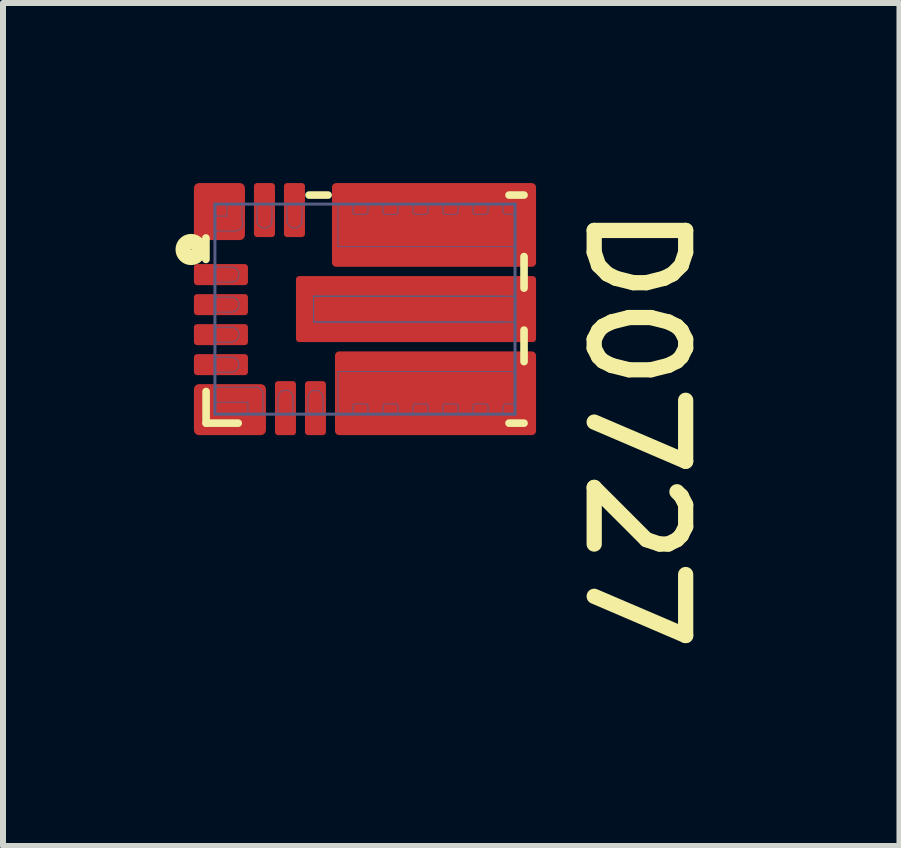
<source format=kicad_pcb>
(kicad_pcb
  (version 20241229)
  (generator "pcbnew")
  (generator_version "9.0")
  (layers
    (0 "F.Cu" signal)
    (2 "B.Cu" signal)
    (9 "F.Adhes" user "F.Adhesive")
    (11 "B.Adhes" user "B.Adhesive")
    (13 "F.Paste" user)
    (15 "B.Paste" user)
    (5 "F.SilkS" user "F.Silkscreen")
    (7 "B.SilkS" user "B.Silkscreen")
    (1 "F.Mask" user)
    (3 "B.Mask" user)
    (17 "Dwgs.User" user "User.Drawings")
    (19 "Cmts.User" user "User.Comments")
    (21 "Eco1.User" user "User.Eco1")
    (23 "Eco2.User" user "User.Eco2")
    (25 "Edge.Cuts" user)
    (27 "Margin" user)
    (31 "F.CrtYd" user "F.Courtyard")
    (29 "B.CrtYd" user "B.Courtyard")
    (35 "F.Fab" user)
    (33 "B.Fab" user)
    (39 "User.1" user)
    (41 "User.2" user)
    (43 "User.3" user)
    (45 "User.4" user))
  (footprint "D0727"
    (layer "F.Cu")
    (at 3.031 2.1)
    (property "Reference" "D0727" (at 3.619 -1.841 270) (unlocked yes) (layer "F.SilkS") (effects (font (size 1.524 1.524) (thickness 0.254)) (justify left bottom)))
    (attr smd)
    (fp_poly (pts (xy -2.548 1.56) (xy -1.69 1.56) (xy -1.69 1.29) (xy -2.548 1.29)) (stroke (width 0.03) (type solid)) (fill yes) (layer "F.Mask"))
    (fp_poly (pts (xy -2.057 -0.44) (xy -2.057 -0.71) (xy -2.547 -0.71) (xy -2.547 -0.44)) (stroke (width 0.03) (type solid)) (fill yes) (layer "F.Mask"))
    (fp_poly (pts (xy -2.057 0.06) (xy -2.057 -0.21) (xy -2.547 -0.21) (xy -2.547 0.06)) (stroke (width 0.03) (type solid)) (fill yes) (layer "F.Mask"))
    (fp_poly (pts (xy -2.057 0.56) (xy -2.057 0.29) (xy -2.547 0.29) (xy -2.547 0.56)) (stroke (width 0.03) (type solid)) (fill yes) (layer "F.Mask"))
    (fp_poly (pts (xy -2.057 1.06) (xy -2.057 0.79) (xy -2.547 0.79) (xy -2.547 1.06)) (stroke (width 0.03) (type solid)) (fill yes) (layer "F.Mask"))
    (fp_poly (pts (xy -2.047 -1.56) (xy -2.553 -1.56) (xy -2.553 -1.29) (xy -2.047 -1.29)) (stroke (width 0.03) (type solid)) (fill yes) (layer "F.Mask"))
    (fp_poly (pts (xy -2.04 -1.29) (xy -2.04 -1.796) (xy -2.31 -1.796) (xy -2.31 -1.29)) (stroke (width 0.03) (type solid)) (fill yes) (layer "F.Mask"))
    (fp_poly (pts (xy -1.69 1.795) (xy -1.69 1.305) (xy -1.96 1.305) (xy -1.96 1.795)) (stroke (width 0.03) (type solid)) (fill yes) (layer "F.Mask"))
    (fp_poly (pts (xy -1.54 -1.305) (xy -1.54 -1.795) (xy -1.81 -1.795) (xy -1.81 -1.305)) (stroke (width 0.03) (type solid)) (fill yes) (layer "F.Mask"))
    (fp_poly (pts (xy -1.19 1.795) (xy -1.19 1.305) (xy -1.46 1.305) (xy -1.46 1.795)) (stroke (width 0.03) (type solid)) (fill yes) (layer "F.Mask"))
    (fp_poly (pts (xy -1.04 -1.305) (xy -1.04 -1.795) (xy -1.31 -1.795) (xy -1.31 -1.305)) (stroke (width 0.03) (type solid)) (fill yes) (layer "F.Mask"))
    (fp_poly (pts (xy -0.845 0.192) (xy 2.464 0.192) (xy 2.464 -0.192) (xy -0.845 -0.192)) (stroke (width 0.096) (type solid)) (fill yes) (layer "F.Mask"))
    (fp_poly (pts (xy -0.69 1.795) (xy -0.69 1.305) (xy -0.96 1.305) (xy -0.96 1.795)) (stroke (width 0.03) (type solid)) (fill yes) (layer "F.Mask"))
    (fp_poly (pts (xy -0.446 -1.045) (xy 2.495 -1.045) (xy 2.495 -1.576) (xy -0.446 -1.576)) (stroke (width 0.059) (type solid)) (fill yes) (layer "F.Mask"))
    (fp_poly (pts (xy -0.19 -1.305) (xy -0.19 -1.795) (xy -0.46 -1.795) (xy -0.46 -1.305)) (stroke (width 0.03) (type solid)) (fill yes) (layer "F.Mask"))
    (fp_poly (pts (xy -0.19 1.795) (xy -0.19 1.305) (xy -0.46 1.305) (xy -0.46 1.795)) (stroke (width 0.03) (type solid)) (fill yes) (layer "F.Mask"))
    (fp_poly (pts (xy 0.31 -1.305) (xy 0.31 -1.795) (xy 0.04 -1.795) (xy 0.04 -1.305)) (stroke (width 0.03) (type solid)) (fill yes) (layer "F.Mask"))
    (fp_poly (pts (xy 0.31 1.795) (xy 0.31 1.305) (xy 0.04 1.305) (xy 0.04 1.795)) (stroke (width 0.03) (type solid)) (fill yes) (layer "F.Mask"))
    (fp_poly (pts (xy 0.81 -1.305) (xy 0.81 -1.795) (xy 0.54 -1.795) (xy 0.54 -1.305)) (stroke (width 0.03) (type solid)) (fill yes) (layer "F.Mask"))
    (fp_poly (pts (xy 0.81 1.795) (xy 0.81 1.305) (xy 0.54 1.305) (xy 0.54 1.795)) (stroke (width 0.03) (type solid)) (fill yes) (layer "F.Mask"))
    (fp_poly (pts (xy 1.31 -1.305) (xy 1.31 -1.795) (xy 1.04 -1.795) (xy 1.04 -1.305)) (stroke (width 0.03) (type solid)) (fill yes) (layer "F.Mask"))
    (fp_poly (pts (xy 1.31 1.795) (xy 1.31 1.305) (xy 1.04 1.305) (xy 1.04 1.795)) (stroke (width 0.03) (type solid)) (fill yes) (layer "F.Mask"))
    (fp_poly (pts (xy 1.81 -1.305) (xy 1.81 -1.795) (xy 1.54 -1.795) (xy 1.54 -1.305)) (stroke (width 0.03) (type solid)) (fill yes) (layer "F.Mask"))
    (fp_poly (pts (xy 1.81 1.795) (xy 1.81 1.305) (xy 1.54 1.305) (xy 1.54 1.795)) (stroke (width 0.03) (type solid)) (fill yes) (layer "F.Mask"))
    (fp_poly (pts (xy 2.31 -1.305) (xy 2.31 -1.795) (xy 2.04 -1.795) (xy 2.04 -1.305)) (stroke (width 0.03) (type solid)) (fill yes) (layer "F.Mask"))
    (fp_poly (pts (xy 2.31 1.795) (xy 2.31 1.305) (xy 2.04 1.305) (xy 2.04 1.795)) (stroke (width 0.03) (type solid)) (fill yes) (layer "F.Mask"))
    (fp_poly (pts (xy 2.495 1.045) (xy -0.446 1.045) (xy -0.446 1.576) (xy 2.495 1.576)) (stroke (width 0.059) (type solid)) (fill yes) (layer "F.Mask"))
    (fp_line (start -2.65 -1.185) (end -2.65 -0.828) (stroke (width 0.127) (type solid)) (layer "F.SilkS"))
    (fp_line (start -2.647 1.373) (end -2.647 1.9) (stroke (width 0.127) (type solid)) (layer "F.SilkS"))
    (fp_line (start -2.647 1.9) (end -2.112 1.9) (stroke (width 0.127) (type solid)) (layer "F.SilkS"))
    (fp_line (start -0.932 -1.9) (end -0.615 -1.9) (stroke (width 0.127) (type solid)) (layer "F.SilkS"))
    (fp_line (start 2.4 -1.9) (end 2.65 -1.9) (stroke (width 0.127) (type solid)) (layer "F.SilkS"))
    (fp_line (start 2.4 1.9) (end 2.65 1.9) (stroke (width 0.127) (type solid)) (layer "F.SilkS"))
    (fp_line (start 2.65 -0.875) (end 2.65 -0.35) (stroke (width 0.127) (type solid)) (layer "F.SilkS"))
    (fp_line (start 2.65 0.35) (end 2.65 0.875) (stroke (width 0.127) (type solid)) (layer "F.SilkS"))
    (fp_circle (center -2.897 -0.993) (end -2.891 -0.993) (stroke (width 0.254) (type solid)) (fill no) (layer "F.SilkS"))
    (fp_poly (pts (xy -2.163 -0.512) (xy -2.163 -0.637) (xy -2.438 -0.637) (xy -2.438 -0.512)) (stroke (width 0.125) (type solid)) (fill yes) (layer "F.Paste"))
    (fp_poly (pts (xy -2.163 0.488) (xy -2.163 0.363) (xy -2.438 0.363) (xy -2.438 0.488)) (stroke (width 0.125) (type solid)) (fill yes) (layer "F.Paste"))
    (fp_poly (pts (xy -2.163 -0.013) (xy -2.163 -0.138) (xy -2.438 -0.138) (xy -2.438 -0.013)) (stroke (width 0.125) (type solid)) (fill yes) (layer "F.Paste"))
    (fp_poly (pts (xy -2.163 0.987) (xy -2.163 0.862) (xy -2.438 0.862) (xy -2.438 0.987)) (stroke (width 0.125) (type solid)) (fill yes) (layer "F.Paste"))
    (fp_poly (pts (xy -2.124 -1.376) (xy -2.124 -1.564) (xy -2.386 -1.564) (xy -2.386 -1.376)) (stroke (width 0.188) (type solid)) (fill yes) (layer "F.Paste"))
    (fp_poly (pts (xy -1.76 1.555) (xy -1.76 1.405) (xy -2.405 1.405) (xy -2.405 1.555)) (stroke (width 0.15) (type solid)) (fill yes) (layer "F.Paste"))
    (fp_poly (pts (xy -1.613 -1.688) (xy -1.738 -1.688) (xy -1.738 -1.413) (xy -1.613 -1.413)) (stroke (width 0.125) (type solid)) (fill yes) (layer "F.Paste"))
    (fp_poly (pts (xy -1.388 1.688) (xy -1.263 1.688) (xy -1.263 1.413) (xy -1.388 1.413)) (stroke (width 0.125) (type solid)) (fill yes) (layer "F.Paste"))
    (fp_poly (pts (xy -1.113 -1.688) (xy -1.238 -1.688) (xy -1.238 -1.413) (xy -1.113 -1.413)) (stroke (width 0.125) (type solid)) (fill yes) (layer "F.Paste"))
    (fp_poly (pts (xy -0.888 1.688) (xy -0.763 1.688) (xy -0.763 1.413) (xy -0.888 1.413)) (stroke (width 0.125) (type solid)) (fill yes) (layer "F.Paste"))
    (fp_poly (pts (xy -0.38 -1.135) (xy 2.45 -1.135) (xy 2.45 -1.615) (xy -0.38 -1.615)) (stroke (width 0.12) (type solid)) (fill yes) (layer "F.Paste"))
    (fp_poly (pts (xy -0.38 1.615) (xy 2.45 1.615) (xy 2.45 1.135) (xy -0.38 1.135)) (stroke (width 0.12) (type solid)) (fill yes) (layer "F.Paste"))
    (fp_poly (pts (xy 2.393 0.107) (xy 2.393 -0.108) (xy -0.748 -0.108) (xy -0.748 0.107)) (stroke (width 0.215) (type solid)) (fill yes) (layer "F.Paste"))
    (fp_line (start -2.5 -1.75) (end -2.5 1.75) (stroke (width 0.05) (type solid)) (layer "B.Fab"))
    (fp_line (start -2.5 -1.75) (end 2.5 -1.75) (stroke (width 0.05) (type solid)) (layer "B.Fab"))
    (fp_line (start -2.5 -1.55) (end -2.5 -1.3) (stroke (width 0.013) (type solid)) (layer "B.Fab"))
    (fp_line (start -2.5 -1.55) (end -2.3 -1.55) (stroke (width 0.013) (type solid)) (layer "B.Fab"))
    (fp_line (start -2.5 -1.3) (end -2.16 -1.3) (stroke (width 0.013) (type solid)) (layer "B.Fab"))
    (fp_line (start -2.5 -0.7) (end -2.5 -0.45) (stroke (width 0.013) (type solid)) (layer "B.Fab"))
    (fp_line (start -2.5 -0.7) (end -2.225 -0.7) (stroke (width 0.013) (type solid)) (layer "B.Fab"))
    (fp_line (start -2.5 -0.45) (end -2.225 -0.45) (stroke (width 0.013) (type solid)) (layer "B.Fab"))
    (fp_line (start -2.5 -0.2) (end -2.5 0.05) (stroke (width 0.013) (type solid)) (layer "B.Fab"))
    (fp_line (start -2.5 -0.2) (end -2.225 -0.2) (stroke (width 0.013) (type solid)) (layer "B.Fab"))
    (fp_line (start -2.5 0.05) (end -2.225 0.05) (stroke (width 0.013) (type solid)) (layer "B.Fab"))
    (fp_line (start -2.5 0.3) (end -2.5 0.55) (stroke (width 0.013) (type solid)) (layer "B.Fab"))
    (fp_line (start -2.5 0.3) (end -2.225 0.3) (stroke (width 0.013) (type solid)) (layer "B.Fab"))
    (fp_line (start -2.5 0.55) (end -2.225 0.55) (stroke (width 0.013) (type solid)) (layer "B.Fab"))
    (fp_line (start -2.5 0.8) (end -2.5 1.05) (stroke (width 0.013) (type solid)) (layer "B.Fab"))
    (fp_line (start -2.5 0.8) (end -2.225 0.8) (stroke (width 0.013) (type solid)) (layer "B.Fab"))
    (fp_line (start -2.5 1.05) (end -2.225 1.05) (stroke (width 0.013) (type solid)) (layer "B.Fab"))
    (fp_line (start -2.5 1.3) (end -2.5 1.55) (stroke (width 0.013) (type solid)) (layer "B.Fab"))
    (fp_line (start -2.5 1.3) (end -1.825 1.3) (stroke (width 0.013) (type solid)) (layer "B.Fab"))
    (fp_line (start -2.5 1.55) (end -1.95 1.55) (stroke (width 0.013) (type solid)) (layer "B.Fab"))
    (fp_line (start -2.5 1.75) (end 2.5 1.75) (stroke (width 0.05) (type solid)) (layer "B.Fab"))
    (fp_line (start -2.3 -1.75) (end -2.3 -1.55) (stroke (width 0.013) (type solid)) (layer "B.Fab"))
    (fp_line (start -2.3 -1.75) (end -2.05 -1.75) (stroke (width 0.013) (type solid)) (layer "B.Fab"))
    (fp_line (start -2.05 -1.75) (end -2.05 -1.484) (stroke (width 0.013) (type solid)) (layer "B.Fab"))
    (fp_line (start -1.95 1.55) (end -1.95 1.75) (stroke (width 0.013) (type solid)) (layer "B.Fab"))
    (fp_line (start -1.95 1.75) (end -1.7 1.75) (stroke (width 0.013) (type solid)) (layer "B.Fab"))
    (fp_line (start -1.8 -1.75) (end -1.8 -1.475) (stroke (width 0.013) (type solid)) (layer "B.Fab"))
    (fp_line (start -1.8 -1.75) (end -1.55 -1.75) (stroke (width 0.013) (type solid)) (layer "B.Fab"))
    (fp_line (start -1.7 1.425) (end -1.7 1.75) (stroke (width 0.013) (type solid)) (layer "B.Fab"))
    (fp_line (start -1.55 -1.75) (end -1.55 -1.475) (stroke (width 0.013) (type solid)) (layer "B.Fab"))
    (fp_line (start -1.45 1.475) (end -1.45 1.75) (stroke (width 0.013) (type solid)) (layer "B.Fab"))
    (fp_line (start -1.45 1.75) (end -1.2 1.75) (stroke (width 0.013) (type solid)) (layer "B.Fab"))
    (fp_line (start -1.3 -1.75) (end -1.3 -1.475) (stroke (width 0.013) (type solid)) (layer "B.Fab"))
    (fp_line (start -1.3 -1.75) (end -1.05 -1.75) (stroke (width 0.013) (type solid)) (layer "B.Fab"))
    (fp_line (start -1.2 1.475) (end -1.2 1.75) (stroke (width 0.013) (type solid)) (layer "B.Fab"))
    (fp_line (start -1.05 -1.75) (end -1.05 -1.475) (stroke (width 0.013) (type solid)) (layer "B.Fab"))
    (fp_line (start -0.95 1.475) (end -0.95 1.75) (stroke (width 0.013) (type solid)) (layer "B.Fab"))
    (fp_line (start -0.95 1.75) (end -0.7 1.75) (stroke (width 0.013) (type solid)) (layer "B.Fab"))
    (fp_line (start -0.855 -0.215) (end -0.855 0.215) (stroke (width 0.013) (type solid)) (layer "B.Fab"))
    (fp_line (start -0.855 -0.215) (end -0.855 0.215) (stroke (width 0.013) (type solid)) (layer "B.Fab"))
    (fp_line (start -0.855 -0.215) (end 2.3 -0.215) (stroke (width 0.013) (type solid)) (layer "B.Fab"))
    (fp_line (start -0.855 -0.215) (end 2.5 -0.215) (stroke (width 0.013) (type solid)) (layer "B.Fab"))
    (fp_line (start -0.855 -0.215) (end 2.5 -0.215) (stroke (width 0.013) (type solid)) (layer "B.Fab"))
    (fp_line (start -0.855 0.215) (end 2.3 0.215) (stroke (width 0.013) (type solid)) (layer "B.Fab"))
    (fp_line (start -0.855 0.215) (end 2.5 0.215) (stroke (width 0.013) (type solid)) (layer "B.Fab"))
    (fp_line (start -0.855 0.215) (end 2.5 0.215) (stroke (width 0.013) (type solid)) (layer "B.Fab"))
    (fp_line (start -0.7 1.475) (end -0.7 1.75) (stroke (width 0.013) (type solid)) (layer "B.Fab"))
    (fp_line (start -0.45 -1.75) (end -0.45 -1.04) (stroke (width 0.013) (type solid)) (layer "B.Fab"))
    (fp_line (start -0.45 -1.75) (end -0.2 -1.75) (stroke (width 0.013) (type solid)) (layer "B.Fab"))
    (fp_line (start -0.45 -1.04) (end 2.5 -1.04) (stroke (width 0.013) (type solid)) (layer "B.Fab"))
    (fp_line (start -0.45 1.04) (end -0.45 1.75) (stroke (width 0.013) (type solid)) (layer "B.Fab"))
    (fp_line (start -0.45 1.04) (end 2.5 1.04) (stroke (width 0.013) (type solid)) (layer "B.Fab"))
    (fp_line (start -0.45 1.75) (end -0.2 1.75) (stroke (width 0.013) (type solid)) (layer "B.Fab"))
    (fp_line (start -0.2 -1.75) (end -0.2 -1.652) (stroke (width 0.013) (type solid)) (layer "B.Fab"))
    (fp_line (start -0.2 -1.652) (end -0.2 -1.615) (stroke (width 0.013) (type solid)) (layer "B.Fab"))
    (fp_line (start -0.2 1.615) (end -0.2 1.652) (stroke (width 0.013) (type solid)) (layer "B.Fab"))
    (fp_line (start -0.2 1.652) (end -0.2 1.75) (stroke (width 0.013) (type solid)) (layer "B.Fab"))
    (fp_line (start -0.165 -1.58) (end 0.015 -1.58) (stroke (width 0.013) (type solid)) (layer "B.Fab"))
    (fp_line (start -0.165 1.58) (end 0.015 1.58) (stroke (width 0.013) (type solid)) (layer "B.Fab"))
    (fp_line (start 0.05 -1.75) (end 0.05 -1.652) (stroke (width 0.013) (type solid)) (layer "B.Fab"))
    (fp_line (start 0.05 -1.75) (end 0.3 -1.75) (stroke (width 0.013) (type solid)) (layer "B.Fab"))
    (fp_line (start 0.05 -1.652) (end 0.05 -1.615) (stroke (width 0.013) (type solid)) (layer "B.Fab"))
    (fp_line (start 0.05 1.615) (end 0.05 1.652) (stroke (width 0.013) (type solid)) (layer "B.Fab"))
    (fp_line (start 0.05 1.652) (end 0.05 1.75) (stroke (width 0.013) (type solid)) (layer "B.Fab"))
    (fp_line (start 0.05 1.75) (end 0.3 1.75) (stroke (width 0.013) (type solid)) (layer "B.Fab"))
    (fp_line (start 0.3 -1.75) (end 0.3 -1.652) (stroke (width 0.013) (type solid)) (layer "B.Fab"))
    (fp_line (start 0.3 -1.652) (end 0.3 -1.615) (stroke (width 0.013) (type solid)) (layer "B.Fab"))
    (fp_line (start 0.3 1.615) (end 0.3 1.652) (stroke (width 0.013) (type solid)) (layer "B.Fab"))
    (fp_line (start 0.3 1.652) (end 0.3 1.75) (stroke (width 0.013) (type solid)) (layer "B.Fab"))
    (fp_line (start 0.335 -1.58) (end 0.515 -1.58) (stroke (width 0.013) (type solid)) (layer "B.Fab"))
    (fp_line (start 0.335 1.58) (end 0.515 1.58) (stroke (width 0.013) (type solid)) (layer "B.Fab"))
    (fp_line (start 0.55 -1.75) (end 0.55 -1.652) (stroke (width 0.013) (type solid)) (layer "B.Fab"))
    (fp_line (start 0.55 -1.75) (end 0.8 -1.75) (stroke (width 0.013) (type solid)) (layer "B.Fab"))
    (fp_line (start 0.55 -1.652) (end 0.55 -1.615) (stroke (width 0.013) (type solid)) (layer "B.Fab"))
    (fp_line (start 0.55 1.615) (end 0.55 1.652) (stroke (width 0.013) (type solid)) (layer "B.Fab"))
    (fp_line (start 0.55 1.652) (end 0.55 1.75) (stroke (width 0.013) (type solid)) (layer "B.Fab"))
    (fp_line (start 0.55 1.75) (end 0.8 1.75) (stroke (width 0.013) (type solid)) (layer "B.Fab"))
    (fp_line (start 0.8 -1.75) (end 0.8 -1.652) (stroke (width 0.013) (type solid)) (layer "B.Fab"))
    (fp_line (start 0.8 -1.652) (end 0.8 -1.615) (stroke (width 0.013) (type solid)) (layer "B.Fab"))
    (fp_line (start 0.8 1.615) (end 0.8 1.652) (stroke (width 0.013) (type solid)) (layer "B.Fab"))
    (fp_line (start 0.8 1.652) (end 0.8 1.75) (stroke (width 0.013) (type solid)) (layer "B.Fab"))
    (fp_line (start 0.835 -1.58) (end 1.015 -1.58) (stroke (width 0.013) (type solid)) (layer "B.Fab"))
    (fp_line (start 0.835 1.58) (end 1.015 1.58) (stroke (width 0.013) (type solid)) (layer "B.Fab"))
    (fp_line (start 1.05 -1.75) (end 1.05 -1.652) (stroke (width 0.013) (type solid)) (layer "B.Fab"))
    (fp_line (start 1.05 -1.75) (end 1.3 -1.75) (stroke (width 0.013) (type solid)) (layer "B.Fab"))
    (fp_line (start 1.05 -1.652) (end 1.05 -1.615) (stroke (width 0.013) (type solid)) (layer "B.Fab"))
    (fp_line (start 1.05 1.615) (end 1.05 1.652) (stroke (width 0.013) (type solid)) (layer "B.Fab"))
    (fp_line (start 1.05 1.652) (end 1.05 1.75) (stroke (width 0.013) (type solid)) (layer "B.Fab"))
    (fp_line (start 1.05 1.75) (end 1.3 1.75) (stroke (width 0.013) (type solid)) (layer "B.Fab"))
    (fp_line (start 1.3 -1.75) (end 1.3 -1.652) (stroke (width 0.013) (type solid)) (layer "B.Fab"))
    (fp_line (start 1.3 -1.652) (end 1.3 -1.615) (stroke (width 0.013) (type solid)) (layer "B.Fab"))
    (fp_line (start 1.3 1.615) (end 1.3 1.652) (stroke (width 0.013) (type solid)) (layer "B.Fab"))
    (fp_line (start 1.3 1.652) (end 1.3 1.75) (stroke (width 0.013) (type solid)) (layer "B.Fab"))
    (fp_line (start 1.335 -1.58) (end 1.515 -1.58) (stroke (width 0.013) (type solid)) (layer "B.Fab"))
    (fp_line (start 1.335 1.58) (end 1.515 1.58) (stroke (width 0.013) (type solid)) (layer "B.Fab"))
    (fp_line (start 1.55 -1.75) (end 1.55 -1.652) (stroke (width 0.013) (type solid)) (layer "B.Fab"))
    (fp_line (start 1.55 -1.75) (end 1.8 -1.75) (stroke (width 0.013) (type solid)) (layer "B.Fab"))
    (fp_line (start 1.55 -1.652) (end 1.55 -1.615) (stroke (width 0.013) (type solid)) (layer "B.Fab"))
    (fp_line (start 1.55 1.615) (end 1.55 1.652) (stroke (width 0.013) (type solid)) (layer "B.Fab"))
    (fp_line (start 1.55 1.652) (end 1.55 1.75) (stroke (width 0.013) (type solid)) (layer "B.Fab"))
    (fp_line (start 1.55 1.75) (end 1.8 1.75) (stroke (width 0.013) (type solid)) (layer "B.Fab"))
    (fp_line (start 1.8 -1.75) (end 1.8 -1.652) (stroke (width 0.013) (type solid)) (layer "B.Fab"))
    (fp_line (start 1.8 -1.652) (end 1.8 -1.615) (stroke (width 0.013) (type solid)) (layer "B.Fab"))
    (fp_line (start 1.8 1.615) (end 1.8 1.652) (stroke (width 0.013) (type solid)) (layer "B.Fab"))
    (fp_line (start 1.8 1.652) (end 1.8 1.75) (stroke (width 0.013) (type solid)) (layer "B.Fab"))
    (fp_line (start 1.835 -1.58) (end 2.015 -1.58) (stroke (width 0.013) (type solid)) (layer "B.Fab"))
    (fp_line (start 1.835 1.58) (end 2.015 1.58) (stroke (width 0.013) (type solid)) (layer "B.Fab"))
    (fp_line (start 2.05 -1.75) (end 2.05 -1.652) (stroke (width 0.013) (type solid)) (layer "B.Fab"))
    (fp_line (start 2.05 -1.75) (end 2.3 -1.75) (stroke (width 0.013) (type solid)) (layer "B.Fab"))
    (fp_line (start 2.05 -1.652) (end 2.05 -1.615) (stroke (width 0.013) (type solid)) (layer "B.Fab"))
    (fp_line (start 2.05 1.615) (end 2.05 1.652) (stroke (width 0.013) (type solid)) (layer "B.Fab"))
    (fp_line (start 2.05 1.652) (end 2.05 1.75) (stroke (width 0.013) (type solid)) (layer "B.Fab"))
    (fp_line (start 2.05 1.75) (end 2.3 1.75) (stroke (width 0.013) (type solid)) (layer "B.Fab"))
    (fp_line (start 2.3 -1.75) (end 2.3 -1.632) (stroke (width 0.013) (type solid)) (layer "B.Fab"))
    (fp_line (start 2.3 1.632) (end 2.3 1.75) (stroke (width 0.013) (type solid)) (layer "B.Fab"))
    (fp_line (start 2.352 -1.58) (end 2.5 -1.58) (stroke (width 0.013) (type solid)) (layer "B.Fab"))
    (fp_line (start 2.352 1.58) (end 2.5 1.58) (stroke (width 0.013) (type solid)) (layer "B.Fab"))
    (fp_line (start 2.5 -1.75) (end 2.5 1.75) (stroke (width 0.05) (type solid)) (layer "B.Fab"))
    (fp_line (start 2.5 -1.58) (end 2.5 -1.04) (stroke (width 0.013) (type solid)) (layer "B.Fab"))
    (fp_line (start 2.5 -0.215) (end 2.5 0.215) (stroke (width 0.013) (type solid)) (layer "B.Fab"))
    (fp_line (start 2.5 -0.215) (end 2.5 0.215) (stroke (width 0.013) (type solid)) (layer "B.Fab"))
    (fp_line (start 2.5 1.04) (end 2.5 1.58) (stroke (width 0.013) (type solid)) (layer "B.Fab"))
    (fp_arc (start -2.225 -0.7) (mid -2.1 -0.575) (end -2.225 -0.45) (stroke (width 0.0127) (type solid)) (layer "B.Fab"))
    (fp_arc (start -2.225 -0.2) (mid -2.1 -0.075) (end -2.225 0.05) (stroke (width 0.0127) (type solid)) (layer "B.Fab"))
    (fp_arc (start -2.225 0.3) (mid -2.1 0.425) (end -2.225 0.55) (stroke (width 0.0127) (type solid)) (layer "B.Fab"))
    (fp_arc (start -2.225 0.8) (mid -2.1 0.925) (end -2.225 1.05) (stroke (width 0.0127) (type solid)) (layer "B.Fab"))
    (fp_arc (start -2.05 -1.484372) (mid -2.052653 -1.360955) (end -2.16 -1.3) (stroke (width 0.0127) (type solid)) (layer "B.Fab"))
    (fp_arc (start -1.825 1.3) (mid -1.736612 1.336612) (end -1.7 1.425) (stroke (width 0.0127) (type solid)) (layer "B.Fab"))
    (fp_arc (start -1.55 -1.475) (mid -1.675 -1.35) (end -1.8 -1.475) (stroke (width 0.0127) (type solid)) (layer "B.Fab"))
    (fp_arc (start -1.45 1.475) (mid -1.325 1.35) (end -1.2 1.475) (stroke (width 0.0127) (type solid)) (layer "B.Fab"))
    (fp_arc (start -1.05 -1.475) (mid -1.175 -1.35) (end -1.3 -1.475) (stroke (width 0.0127) (type solid)) (layer "B.Fab"))
    (fp_arc (start -0.95 1.475) (mid -0.825 1.35) (end -0.7 1.475) (stroke (width 0.0127) (type solid)) (layer "B.Fab"))
    (fp_arc (start -0.2 1.615) (mid -0.189749 1.590251) (end -0.165 1.58) (stroke (width 0.0127) (type solid)) (layer "B.Fab"))
    (fp_arc (start -0.165 -1.58) (mid -0.189749 -1.590251) (end -0.2 -1.615) (stroke (width 0.0127) (type solid)) (layer "B.Fab"))
    (fp_arc (start 0.014999 1.58) (mid 0.039748 1.590251) (end 0.05 1.614999) (stroke (width 0.0127) (type solid)) (layer "B.Fab"))
    (fp_arc (start 0.05 -1.614999) (mid 0.039748 -1.590251) (end 0.014999 -1.58) (stroke (width 0.0127) (type solid)) (layer "B.Fab"))
    (fp_arc (start 0.3 1.614999) (mid 0.310252 1.590251) (end 0.335001 1.58) (stroke (width 0.0127) (type solid)) (layer "B.Fab"))
    (fp_arc (start 0.335001 -1.58) (mid 0.310252 -1.590251) (end 0.3 -1.614999) (stroke (width 0.0127) (type solid)) (layer "B.Fab"))
    (fp_arc (start 0.515 1.58) (mid 0.539749 1.590251) (end 0.55 1.615) (stroke (width 0.0127) (type solid)) (layer "B.Fab"))
    (fp_arc (start 0.55 -1.615) (mid 0.539749 -1.590251) (end 0.515 -1.58) (stroke (width 0.0127) (type solid)) (layer "B.Fab"))
    (fp_arc (start 0.8 1.615) (mid 0.810251 1.590251) (end 0.835 1.58) (stroke (width 0.0127) (type solid)) (layer "B.Fab"))
    (fp_arc (start 0.835 -1.58) (mid 0.810251 -1.590251) (end 0.8 -1.615) (stroke (width 0.0127) (type solid)) (layer "B.Fab"))
    (fp_arc (start 1.014999 1.58) (mid 1.039748 1.590251) (end 1.05 1.614999) (stroke (width 0.0127) (type solid)) (layer "B.Fab"))
    (fp_arc (start 1.05 -1.614999) (mid 1.039748 -1.590251) (end 1.014999 -1.58) (stroke (width 0.0127) (type solid)) (layer "B.Fab"))
    (fp_arc (start 1.3 1.615) (mid 1.310251 1.590251) (end 1.335 1.58) (stroke (width 0.0127) (type solid)) (layer "B.Fab"))
    (fp_arc (start 1.335 -1.58) (mid 1.310251 -1.590251) (end 1.3 -1.615) (stroke (width 0.0127) (type solid)) (layer "B.Fab"))
    (fp_arc (start 1.515 1.58) (mid 1.539749 1.590251) (end 1.55 1.615) (stroke (width 0.0127) (type solid)) (layer "B.Fab"))
    (fp_arc (start 1.55 -1.615) (mid 1.539749 -1.590251) (end 1.515 -1.58) (stroke (width 0.0127) (type solid)) (layer "B.Fab"))
    (fp_arc (start 1.8 1.614999) (mid 1.810252 1.590251) (end 1.835001 1.58) (stroke (width 0.0127) (type solid)) (layer "B.Fab"))
    (fp_arc (start 1.835001 -1.58) (mid 1.810252 -1.590251) (end 1.8 -1.614999) (stroke (width 0.0127) (type solid)) (layer "B.Fab"))
    (fp_arc (start 2.014999 1.58) (mid 2.039748 1.590251) (end 2.05 1.614999) (stroke (width 0.0127) (type solid)) (layer "B.Fab"))
    (fp_arc (start 2.05 -1.614999) (mid 2.039748 -1.590251) (end 2.014999 -1.58) (stroke (width 0.0127) (type solid)) (layer "B.Fab"))
    (fp_arc (start 2.3 1.6318) (mid 2.315172 1.595172) (end 2.3518 1.58) (stroke (width 0.0127) (type solid)) (layer "B.Fab"))
    (fp_arc (start 2.3518 -1.58) (mid 2.315172 -1.595172) (end 2.3 -1.6318) (stroke (width 0.0127) (type solid)) (layer "B.Fab"))
    (pad "1" smd roundrect (at -2.4 -0.575 270) (size 0.35 0.9) (layers "F.Cu" "F.Mask" "F.Paste") (roundrect_rratio 0.15))
    (pad "2" smd roundrect (at -2.4 -0.075 270) (size 0.35 0.9) (layers "F.Cu" "F.Mask" "F.Paste") (roundrect_rratio 0.15))
    (pad "3" smd roundrect (at -2.4 0.425 270) (size 0.35 0.9) (layers "F.Cu" "F.Mask" "F.Paste") (roundrect_rratio 0.15))
    (pad "4" smd roundrect (at -2.4 0.925 270) (size 0.35 0.9) (layers "F.Cu" "F.Mask" "F.Paste") (roundrect_rratio 0.15))
    (pad "5" smd roundrect (at -2.25 1.675) (size 1.2 0.85) (layers "F.Cu" "F.Mask" "F.Paste") (roundrect_rratio 0.1))
    (pad "6" smd roundrect (at -1.325 1.65 180) (size 0.35 0.9) (layers "F.Cu" "F.Mask" "F.Paste") (roundrect_rratio 0.15))
    (pad "7" smd roundrect (at -0.825 1.65 180) (size 0.35 0.9) (layers "F.Cu" "F.Mask" "F.Paste") (roundrect_rratio 0.15))
    (pad "8" smd roundrect (at 1.175 1.402) (size 3.35 1.395) (layers "F.Cu" "F.Mask" "F.Paste") (roundrect_rratio 0.05))
    (pad "9" smd roundrect (at 0.85 -0.00046) (size 4 1.1) (layers "F.Cu" "F.Mask" "F.Paste") (roundrect_rratio 0.05))
    (pad "10" smd roundrect (at 1.15 -1.402) (size 3.4 1.395) (layers "F.Cu" "F.Mask" "F.Paste") (roundrect_rratio 0.05))
    (pad "11" smd roundrect (at -1.175 -1.65 180) (size 0.35 0.9) (layers "F.Cu" "F.Mask" "F.Paste") (roundrect_rratio 0.15))
    (pad "12" smd roundrect (at -1.675 -1.65) (size 0.35 0.9) (layers "F.Cu" "F.Mask" "F.Paste") (roundrect_rratio 0.15))
    (pad "13" smd roundrect (at -2.425 -1.625) (size 0.85 0.95) (layers "F.Cu" "F.Mask" "F.Paste") (roundrect_rratio 0.1)))
  (gr_rect
    (start -3 -3)
    (end 11.936 11.045)
    (stroke (width 0.1) (type default))
    (fill no)
    (layer "Edge.Cuts")))
</source>
